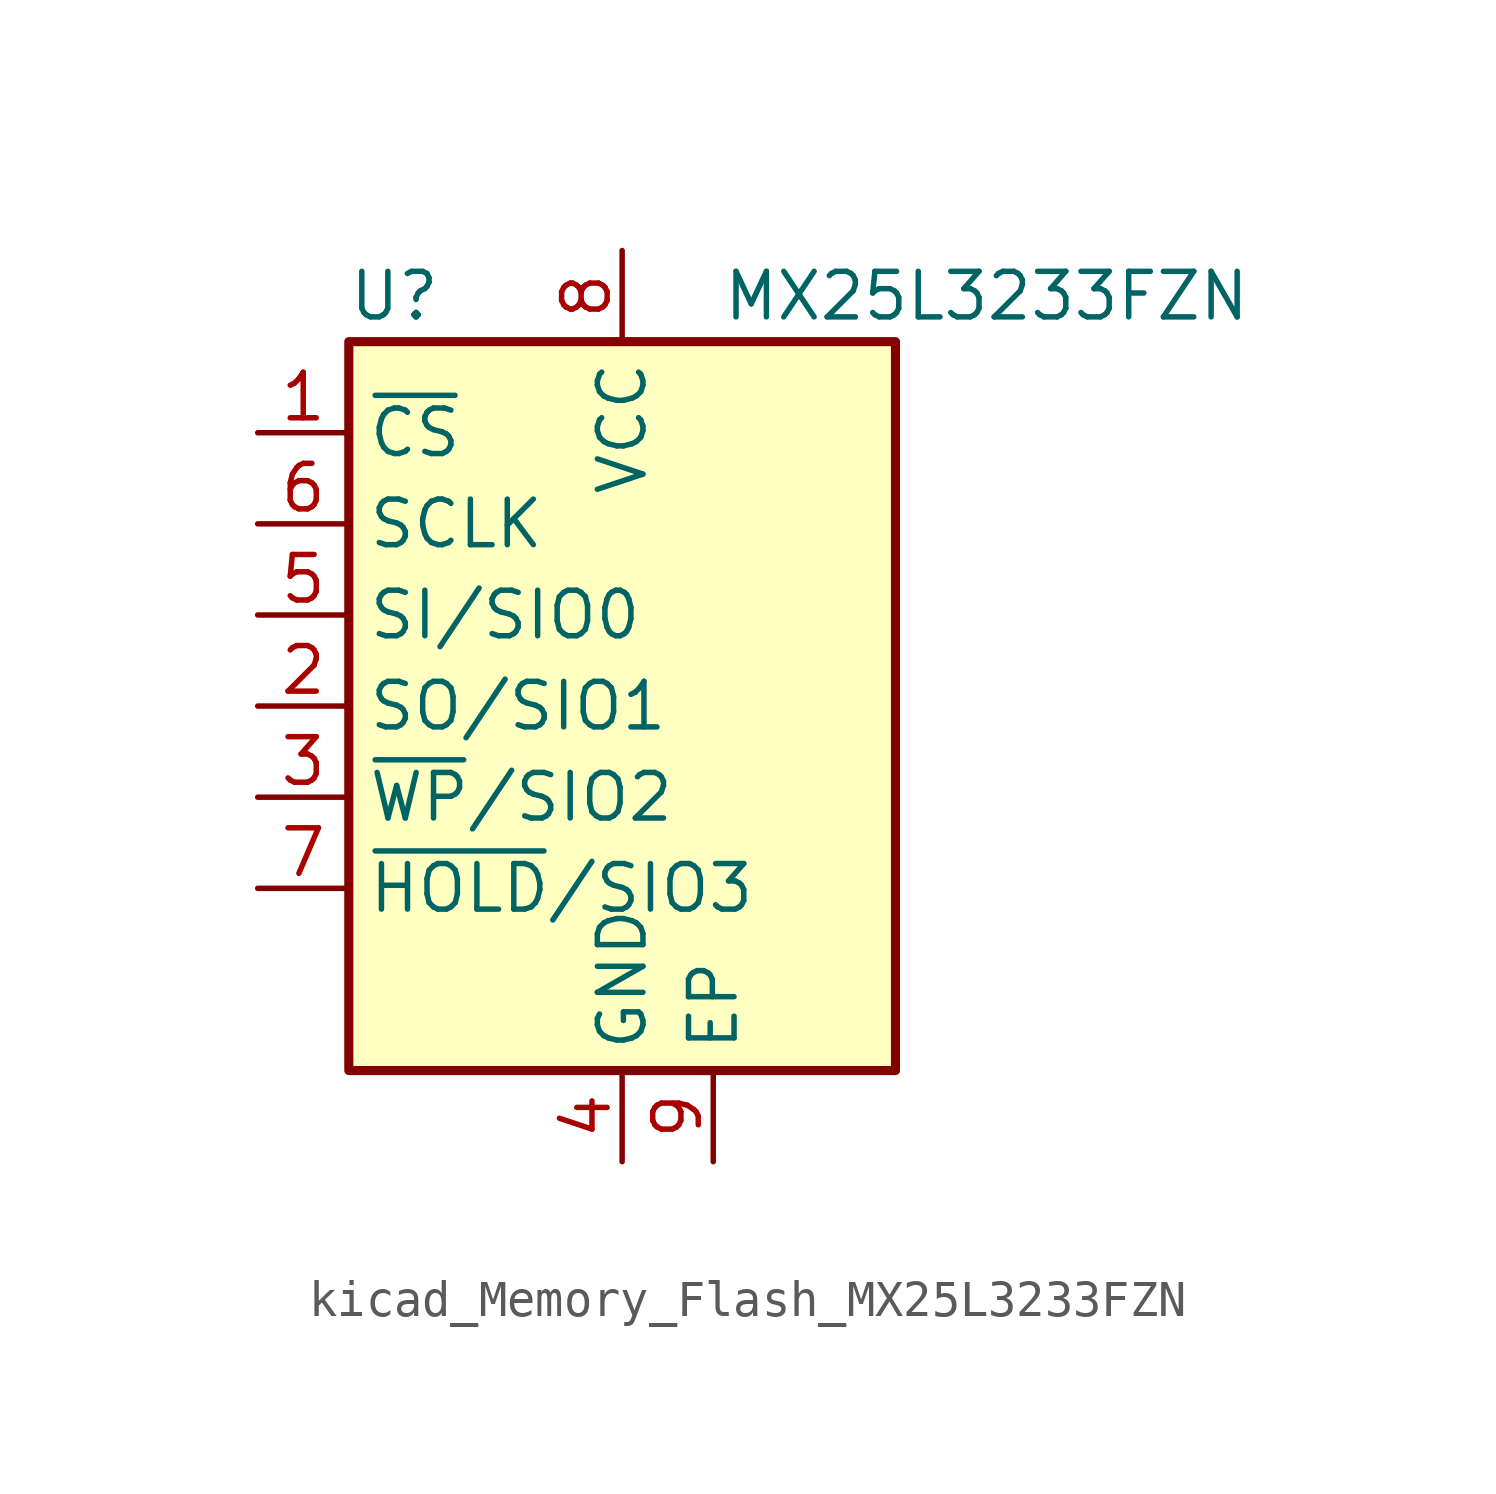
<source format=kicad_sym>
(kicad_symbol_lib
  (version 20220914)
  (generator kicad_symbol_editor)
  (symbol "kicad_Memory_Flash_MX25L3233FZN"
    (property "Reference" "U"
      (at -6.35 11.43 0)
      (effects (font (size 1.27 1.27))))
    (property "Value" "MX25L3233FZN"
      (at 10.16 11.43 0)
      (effects (font (size 1.27 1.27))))
    (symbol "kicad_Memory_Flash_MX25L3233FZN_0_1"
      (rectangle (start -7.62 10.16) (end 7.62 -10.16) (stroke (width 0.254) (type default)) (fill (type background))))
    (symbol "kicad_Memory_Flash_MX25L3233FZN_1_1"
      (pin input line (at -10.16 7.62 0) (length 2.54) (name "~{CS}" (effects (font (size 1.27 1.27)))) (number "1" (effects (font (size 1.27 1.27)))))
      (pin bidirectional line (at -10.16 0 0) (length 2.54) (name "SO/SIO1" (effects (font (size 1.27 1.27)))) (number "2" (effects (font (size 1.27 1.27)))))
      (pin bidirectional line (at -10.16 -2.54 0) (length 2.54) (name "~{WP}/SIO2" (effects (font (size 1.27 1.27)))) (number "3" (effects (font (size 1.27 1.27)))))
      (pin power_in line (at 0 -12.7 90) (length 2.54) (name "GND" (effects (font (size 1.27 1.27)))) (number "4" (effects (font (size 1.27 1.27)))))
      (pin bidirectional line (at -10.16 2.54 0) (length 2.54) (name "SI/SIO0" (effects (font (size 1.27 1.27)))) (number "5" (effects (font (size 1.27 1.27)))))
      (pin input line (at -10.16 5.08 0) (length 2.54) (name "SCLK" (effects (font (size 1.27 1.27)))) (number "6" (effects (font (size 1.27 1.27)))))
      (pin bidirectional line (at -10.16 -5.08 0) (length 2.54) (name "~{HOLD}/SIO3" (effects (font (size 1.27 1.27)))) (number "7" (effects (font (size 1.27 1.27)))))
      (pin power_in line (at 0 12.7 270) (length 2.54) (name "VCC" (effects (font (size 1.27 1.27)))) (number "8" (effects (font (size 1.27 1.27)))))
      (pin passive line (at 2.54 -12.7 90) (length 2.54) (name "EP" (effects (font (size 1.27 1.27)))) (number "9" (effects (font (size 1.27 1.27))))))))
</source>
